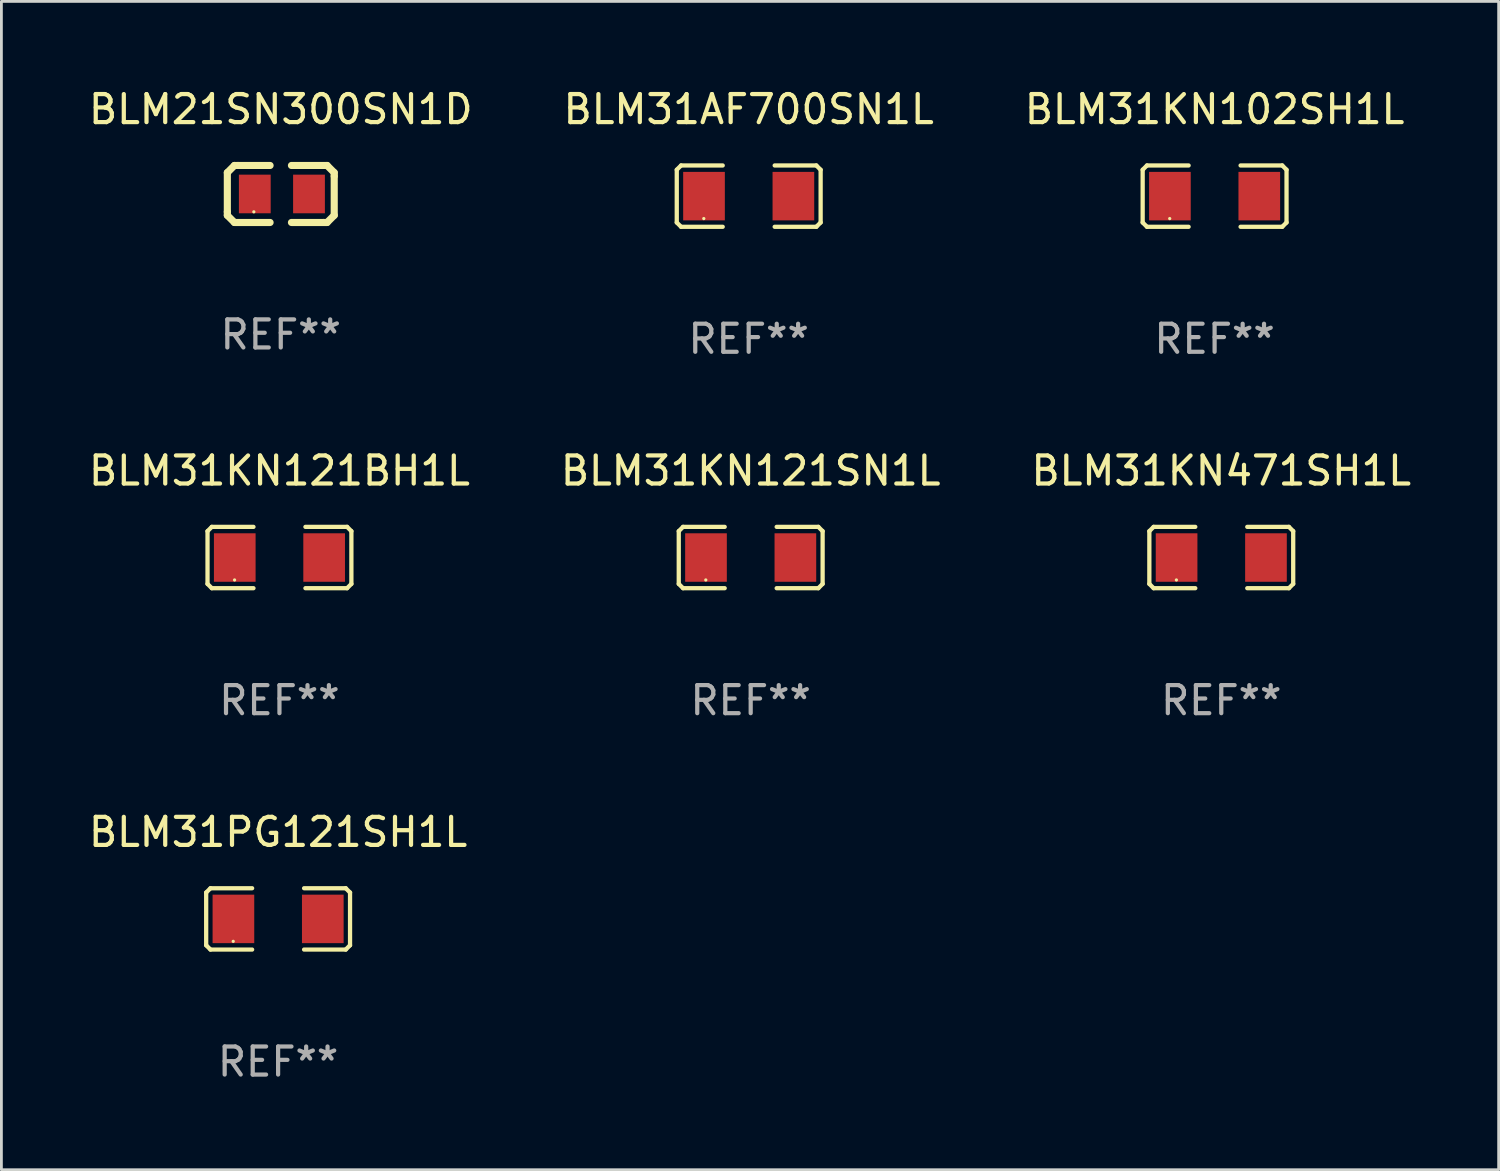
<source format=kicad_pcb>
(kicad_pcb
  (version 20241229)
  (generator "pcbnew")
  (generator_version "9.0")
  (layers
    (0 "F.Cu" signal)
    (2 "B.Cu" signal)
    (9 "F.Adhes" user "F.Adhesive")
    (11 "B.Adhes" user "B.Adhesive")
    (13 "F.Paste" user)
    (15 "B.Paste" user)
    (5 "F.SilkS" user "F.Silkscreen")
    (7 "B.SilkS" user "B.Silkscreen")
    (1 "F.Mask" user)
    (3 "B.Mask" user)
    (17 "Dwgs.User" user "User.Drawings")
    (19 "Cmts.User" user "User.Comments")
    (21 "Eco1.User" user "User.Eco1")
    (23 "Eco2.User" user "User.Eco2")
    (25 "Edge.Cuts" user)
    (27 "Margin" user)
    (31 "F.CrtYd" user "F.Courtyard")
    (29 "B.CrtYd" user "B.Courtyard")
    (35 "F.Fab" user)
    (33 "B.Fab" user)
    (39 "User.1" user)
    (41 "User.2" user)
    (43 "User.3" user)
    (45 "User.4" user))
  (footprint "BLM21SN300SN1D"
    (layer "F.Cu")
    (at 6.958 3.864)
    (property "Reference" "BLM21SN300SN1D" (at 0 -3.016 0) (layer "F.SilkS") (effects (font (size 1 1) (thickness 0.15))))
    (attr through_hole)
    (fp_line (start -1.905 -0.762) (end -1.905 0.635) (stroke (width 0.254) (type solid)) (layer "F.SilkS"))
    (fp_line (start -1.905 0.635) (end -1.905 0.762) (stroke (width 0.254) (type solid)) (layer "F.SilkS"))
    (fp_line (start -1.905 0.762) (end -1.651 1.016) (stroke (width 0.254) (type solid)) (layer "F.SilkS"))
    (fp_line (start -1.651 -1.016) (end -1.905 -0.762) (stroke (width 0.254) (type solid)) (layer "F.SilkS"))
    (fp_line (start -1.651 1.016) (end -0.381 1.016) (stroke (width 0.254) (type solid)) (layer "F.SilkS"))
    (fp_line (start -1.524 -1.016) (end -1.651 -1.016) (stroke (width 0.254) (type solid)) (layer "F.SilkS"))
    (fp_line (start -0.381 -1.016) (end -1.524 -1.016) (stroke (width 0.254) (type solid)) (layer "F.SilkS"))
    (fp_line (start 0.381 1.016) (end 1.524 1.016) (stroke (width 0.254) (type solid)) (layer "F.SilkS"))
    (fp_line (start 1.524 1.016) (end 1.651 1.016) (stroke (width 0.254) (type solid)) (layer "F.SilkS"))
    (fp_line (start 1.651 -1.016) (end 0.381 -1.016) (stroke (width 0.254) (type solid)) (layer "F.SilkS"))
    (fp_line (start 1.651 1.016) (end 1.905 0.762) (stroke (width 0.254) (type solid)) (layer "F.SilkS"))
    (fp_line (start 1.905 -0.762) (end 1.651 -1.016) (stroke (width 0.254) (type solid)) (layer "F.SilkS"))
    (fp_line (start 1.905 -0.635) (end 1.905 -0.762) (stroke (width 0.254) (type solid)) (layer "F.SilkS"))
    (fp_line (start 1.905 0.762) (end 1.905 -0.635) (stroke (width 0.254) (type solid)) (layer "F.SilkS"))
    (fp_circle (center -0.96 0.637) (end -0.93 0.637) (stroke (width 0.06) (type solid)) (fill no) (layer "F.SilkS"))
    (fp_text user "REF**" (at 0 5.016 0) (layer "F.Fab") (effects (font (size 1 1) (thickness 0.15))))
    (pad "1" smd rect (at -0.926 -0.000051) (size 1.133 1.377) (layers "F.Cu" "F.Mask" "F.Paste"))
    (pad "2" smd rect (at 1.006 -0.000051) (size 1.133 1.377) (layers "F.Cu" "F.Mask" "F.Paste")))
  (footprint "BLM31AF700SN1L"
    (layer "F.Cu")
    (at 23.637 3.941)
    (property "Reference" "BLM31AF700SN1L" (at 0 -3.093 0) (layer "F.SilkS") (effects (font (size 1 1) (thickness 0.15))))
    (attr through_hole)
    (fp_line (start -2.564 -0.94) (end -2.411 -1.093) (stroke (width 0.152) (type solid)) (layer "F.SilkS"))
    (fp_line (start -2.564 0.94) (end -2.564 -0.94) (stroke (width 0.152) (type solid)) (layer "F.SilkS"))
    (fp_line (start -2.411 -1.093) (end -0.926 -1.093) (stroke (width 0.152) (type solid)) (layer "F.SilkS"))
    (fp_line (start -2.411 1.093) (end -2.564 0.94) (stroke (width 0.152) (type solid)) (layer "F.SilkS"))
    (fp_line (start -0.926 1.093) (end -2.411 1.093) (stroke (width 0.152) (type solid)) (layer "F.SilkS"))
    (fp_line (start 0.926 1.093) (end 2.411 1.093) (stroke (width 0.152) (type solid)) (layer "F.SilkS"))
    (fp_line (start 2.411 -1.093) (end 0.926 -1.093) (stroke (width 0.152) (type solid)) (layer "F.SilkS"))
    (fp_line (start 2.411 1.093) (end 2.564 0.94) (stroke (width 0.152) (type solid)) (layer "F.SilkS"))
    (fp_line (start 2.564 -0.94) (end 2.411 -1.093) (stroke (width 0.152) (type solid)) (layer "F.SilkS"))
    (fp_line (start 2.564 0.94) (end 2.564 -0.94) (stroke (width 0.152) (type solid)) (layer "F.SilkS"))
    (fp_circle (center -1.6 0.8) (end -1.57 0.8) (stroke (width 0.06) (type solid)) (fill no) (layer "F.SilkS"))
    (fp_text user "REF**" (at 0 5.093 0) (layer "F.Fab") (effects (font (size 1 1) (thickness 0.15))))
    (pad "1" smd rect (at -1.593 0) (size 1.485 1.728) (layers "F.Cu" "F.Mask" "F.Paste"))
    (pad "2" smd rect (at 1.593 0) (size 1.485 1.728) (layers "F.Cu" "F.Mask" "F.Paste")))
  (footprint "BLM31PG121SH1L"
    (layer "F.Cu")
    (at 6.863 29.704)
    (property "Reference" "BLM31PG121SH1L" (at 0 -3.093 0) (layer "F.SilkS") (effects (font (size 1 1) (thickness 0.15))))
    (attr through_hole)
    (fp_line (start -2.564 -0.94) (end -2.411 -1.093) (stroke (width 0.152) (type solid)) (layer "F.SilkS"))
    (fp_line (start -2.564 0.94) (end -2.564 -0.94) (stroke (width 0.152) (type solid)) (layer "F.SilkS"))
    (fp_line (start -2.411 -1.093) (end -0.926 -1.093) (stroke (width 0.152) (type solid)) (layer "F.SilkS"))
    (fp_line (start -2.411 1.093) (end -2.564 0.94) (stroke (width 0.152) (type solid)) (layer "F.SilkS"))
    (fp_line (start -0.926 1.093) (end -2.411 1.093) (stroke (width 0.152) (type solid)) (layer "F.SilkS"))
    (fp_line (start 0.926 1.093) (end 2.411 1.093) (stroke (width 0.152) (type solid)) (layer "F.SilkS"))
    (fp_line (start 2.411 -1.093) (end 0.926 -1.093) (stroke (width 0.152) (type solid)) (layer "F.SilkS"))
    (fp_line (start 2.411 1.093) (end 2.564 0.94) (stroke (width 0.152) (type solid)) (layer "F.SilkS"))
    (fp_line (start 2.564 -0.94) (end 2.411 -1.093) (stroke (width 0.152) (type solid)) (layer "F.SilkS"))
    (fp_line (start 2.564 0.94) (end 2.564 -0.94) (stroke (width 0.152) (type solid)) (layer "F.SilkS"))
    (fp_circle (center -1.6 0.8) (end -1.57 0.8) (stroke (width 0.06) (type solid)) (fill no) (layer "F.SilkS"))
    (fp_text user "REF**" (at 0 5.093 0) (layer "F.Fab") (effects (font (size 1 1) (thickness 0.15))))
    (pad "1" smd rect (at -1.593 0) (size 1.485 1.728) (layers "F.Cu" "F.Mask" "F.Paste"))
    (pad "2" smd rect (at 1.593 0) (size 1.485 1.728) (layers "F.Cu" "F.Mask" "F.Paste")))
  (footprint "BLM31KN121BH1L"
    (layer "F.Cu")
    (at 6.911 16.823)
    (property "Reference" "BLM31KN121BH1L" (at 0 -3.093 0) (layer "F.SilkS") (effects (font (size 1 1) (thickness 0.15))))
    (attr through_hole)
    (fp_line (start -2.564 -0.94) (end -2.411 -1.093) (stroke (width 0.152) (type solid)) (layer "F.SilkS"))
    (fp_line (start -2.564 0.94) (end -2.564 -0.94) (stroke (width 0.152) (type solid)) (layer "F.SilkS"))
    (fp_line (start -2.411 -1.093) (end -0.926 -1.093) (stroke (width 0.152) (type solid)) (layer "F.SilkS"))
    (fp_line (start -2.411 1.093) (end -2.564 0.94) (stroke (width 0.152) (type solid)) (layer "F.SilkS"))
    (fp_line (start -0.926 1.093) (end -2.411 1.093) (stroke (width 0.152) (type solid)) (layer "F.SilkS"))
    (fp_line (start 0.926 1.093) (end 2.411 1.093) (stroke (width 0.152) (type solid)) (layer "F.SilkS"))
    (fp_line (start 2.411 -1.093) (end 0.926 -1.093) (stroke (width 0.152) (type solid)) (layer "F.SilkS"))
    (fp_line (start 2.411 1.093) (end 2.564 0.94) (stroke (width 0.152) (type solid)) (layer "F.SilkS"))
    (fp_line (start 2.564 -0.94) (end 2.411 -1.093) (stroke (width 0.152) (type solid)) (layer "F.SilkS"))
    (fp_line (start 2.564 0.94) (end 2.564 -0.94) (stroke (width 0.152) (type solid)) (layer "F.SilkS"))
    (fp_circle (center -1.6 0.8) (end -1.57 0.8) (stroke (width 0.06) (type solid)) (fill no) (layer "F.SilkS"))
    (fp_text user "REF**" (at 0 5.093 0) (layer "F.Fab") (effects (font (size 1 1) (thickness 0.15))))
    (pad "1" smd rect (at -1.593 0) (size 1.485 1.728) (layers "F.Cu" "F.Mask" "F.Paste"))
    (pad "2" smd rect (at 1.593 0) (size 1.485 1.728) (layers "F.Cu" "F.Mask" "F.Paste")))
  (footprint "BLM31KN102SH1L"
    (layer "F.Cu")
    (at 40.244 3.941)
    (property "Reference" "BLM31KN102SH1L" (at 0 -3.093 0) (layer "F.SilkS") (effects (font (size 1 1) (thickness 0.15))))
    (attr through_hole)
    (fp_line (start -2.564 -0.94) (end -2.411 -1.093) (stroke (width 0.152) (type solid)) (layer "F.SilkS"))
    (fp_line (start -2.564 0.94) (end -2.564 -0.94) (stroke (width 0.152) (type solid)) (layer "F.SilkS"))
    (fp_line (start -2.411 -1.093) (end -0.926 -1.093) (stroke (width 0.152) (type solid)) (layer "F.SilkS"))
    (fp_line (start -2.411 1.093) (end -2.564 0.94) (stroke (width 0.152) (type solid)) (layer "F.SilkS"))
    (fp_line (start -0.926 1.093) (end -2.411 1.093) (stroke (width 0.152) (type solid)) (layer "F.SilkS"))
    (fp_line (start 0.926 1.093) (end 2.411 1.093) (stroke (width 0.152) (type solid)) (layer "F.SilkS"))
    (fp_line (start 2.411 -1.093) (end 0.926 -1.093) (stroke (width 0.152) (type solid)) (layer "F.SilkS"))
    (fp_line (start 2.411 1.093) (end 2.564 0.94) (stroke (width 0.152) (type solid)) (layer "F.SilkS"))
    (fp_line (start 2.564 -0.94) (end 2.411 -1.093) (stroke (width 0.152) (type solid)) (layer "F.SilkS"))
    (fp_line (start 2.564 0.94) (end 2.564 -0.94) (stroke (width 0.152) (type solid)) (layer "F.SilkS"))
    (fp_circle (center -1.6 0.8) (end -1.57 0.8) (stroke (width 0.06) (type solid)) (fill no) (layer "F.SilkS"))
    (fp_text user "REF**" (at 0 5.093 0) (layer "F.Fab") (effects (font (size 1 1) (thickness 0.15))))
    (pad "1" smd rect (at -1.593 0) (size 1.485 1.728) (layers "F.Cu" "F.Mask" "F.Paste"))
    (pad "2" smd rect (at 1.593 0) (size 1.485 1.728) (layers "F.Cu" "F.Mask" "F.Paste")))
  (footprint "BLM31KN471SH1L"
    (layer "F.Cu")
    (at 40.482 16.823)
    (property "Reference" "BLM31KN471SH1L" (at 0 -3.093 0) (layer "F.SilkS") (effects (font (size 1 1) (thickness 0.15))))
    (attr through_hole)
    (fp_line (start -2.564 -0.94) (end -2.411 -1.093) (stroke (width 0.152) (type solid)) (layer "F.SilkS"))
    (fp_line (start -2.564 0.94) (end -2.564 -0.94) (stroke (width 0.152) (type solid)) (layer "F.SilkS"))
    (fp_line (start -2.411 -1.093) (end -0.926 -1.093) (stroke (width 0.152) (type solid)) (layer "F.SilkS"))
    (fp_line (start -2.411 1.093) (end -2.564 0.94) (stroke (width 0.152) (type solid)) (layer "F.SilkS"))
    (fp_line (start -0.926 1.093) (end -2.411 1.093) (stroke (width 0.152) (type solid)) (layer "F.SilkS"))
    (fp_line (start 0.926 1.093) (end 2.411 1.093) (stroke (width 0.152) (type solid)) (layer "F.SilkS"))
    (fp_line (start 2.411 -1.093) (end 0.926 -1.093) (stroke (width 0.152) (type solid)) (layer "F.SilkS"))
    (fp_line (start 2.411 1.093) (end 2.564 0.94) (stroke (width 0.152) (type solid)) (layer "F.SilkS"))
    (fp_line (start 2.564 -0.94) (end 2.411 -1.093) (stroke (width 0.152) (type solid)) (layer "F.SilkS"))
    (fp_line (start 2.564 0.94) (end 2.564 -0.94) (stroke (width 0.152) (type solid)) (layer "F.SilkS"))
    (fp_circle (center -1.6 0.8) (end -1.57 0.8) (stroke (width 0.06) (type solid)) (fill no) (layer "F.SilkS"))
    (fp_text user "REF**" (at 0 5.093 0) (layer "F.Fab") (effects (font (size 1 1) (thickness 0.15))))
    (pad "1" smd rect (at -1.593 0) (size 1.485 1.728) (layers "F.Cu" "F.Mask" "F.Paste"))
    (pad "2" smd rect (at 1.593 0) (size 1.485 1.728) (layers "F.Cu" "F.Mask" "F.Paste")))
  (footprint "BLM31KN121SN1L"
    (layer "F.Cu")
    (at 23.708 16.823)
    (property "Reference" "BLM31KN121SN1L" (at 0 -3.093 0) (layer "F.SilkS") (effects (font (size 1 1) (thickness 0.15))))
    (attr through_hole)
    (fp_line (start -2.564 -0.94) (end -2.411 -1.093) (stroke (width 0.152) (type solid)) (layer "F.SilkS"))
    (fp_line (start -2.564 0.94) (end -2.564 -0.94) (stroke (width 0.152) (type solid)) (layer "F.SilkS"))
    (fp_line (start -2.411 -1.093) (end -0.926 -1.093) (stroke (width 0.152) (type solid)) (layer "F.SilkS"))
    (fp_line (start -2.411 1.093) (end -2.564 0.94) (stroke (width 0.152) (type solid)) (layer "F.SilkS"))
    (fp_line (start -0.926 1.093) (end -2.411 1.093) (stroke (width 0.152) (type solid)) (layer "F.SilkS"))
    (fp_line (start 0.926 1.093) (end 2.411 1.093) (stroke (width 0.152) (type solid)) (layer "F.SilkS"))
    (fp_line (start 2.411 -1.093) (end 0.926 -1.093) (stroke (width 0.152) (type solid)) (layer "F.SilkS"))
    (fp_line (start 2.411 1.093) (end 2.564 0.94) (stroke (width 0.152) (type solid)) (layer "F.SilkS"))
    (fp_line (start 2.564 -0.94) (end 2.411 -1.093) (stroke (width 0.152) (type solid)) (layer "F.SilkS"))
    (fp_line (start 2.564 0.94) (end 2.564 -0.94) (stroke (width 0.152) (type solid)) (layer "F.SilkS"))
    (fp_circle (center -1.6 0.8) (end -1.57 0.8) (stroke (width 0.06) (type solid)) (fill no) (layer "F.SilkS"))
    (fp_text user "REF**" (at 0 5.093 0) (layer "F.Fab") (effects (font (size 1 1) (thickness 0.15))))
    (pad "1" smd rect (at -1.593 0) (size 1.485 1.728) (layers "F.Cu" "F.Mask" "F.Paste"))
    (pad "2" smd rect (at 1.593 0) (size 1.485 1.728) (layers "F.Cu" "F.Mask" "F.Paste")))
  (gr_rect
    (start -3 -3)
    (end 50.369 38.645)
    (stroke (width 0.1) (type default))
    (fill no)
    (layer "Edge.Cuts")))
</source>
